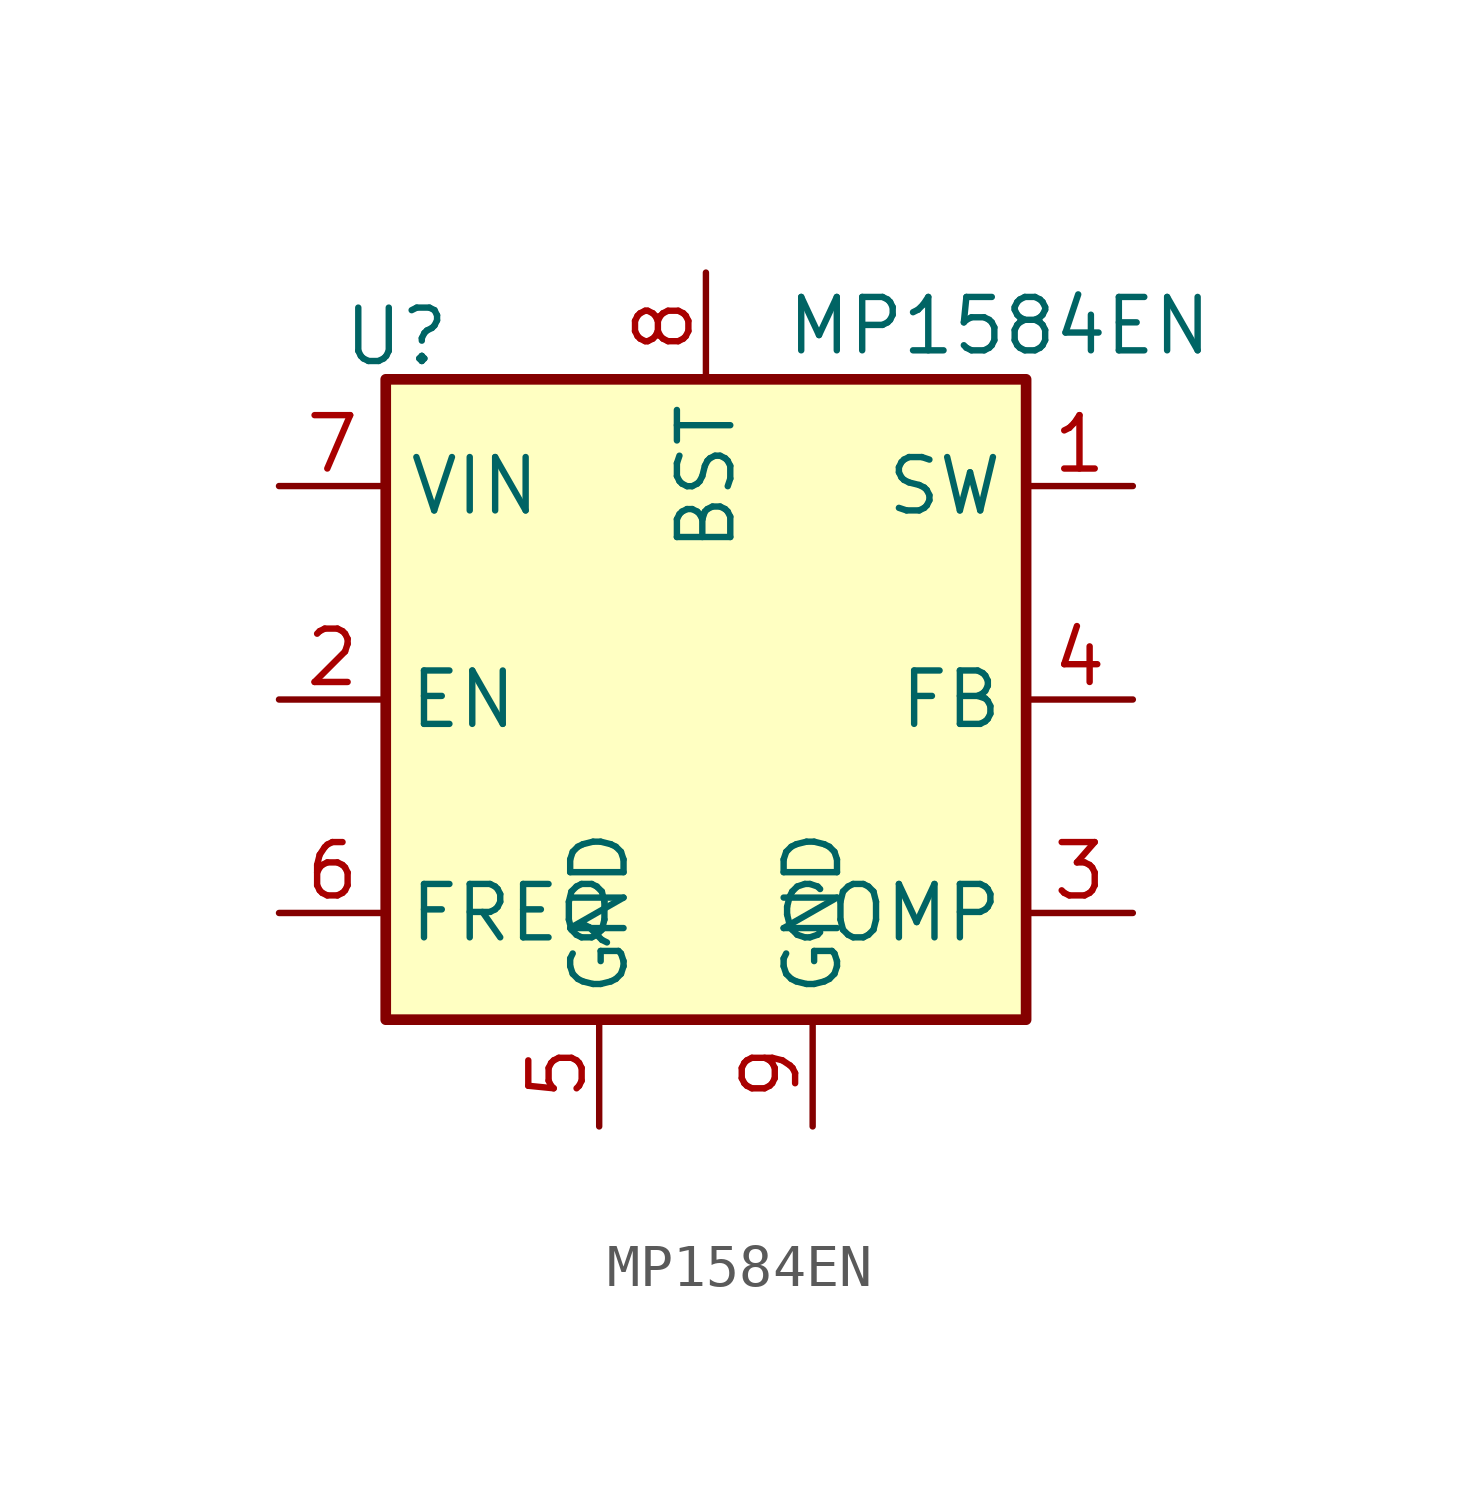
<source format=kicad_sym>
(kicad_symbol_lib
  (version 20211014)
  (generator kicad_symbol_editor)
  (symbol "MP1584EN"
    (property "Reference" "U"
      (at -7.366 8.636 0)
      (effects (font (size 1.27 1.27))))
    (property "Value" "MP1584EN"
      (at 6.985 8.89 0)
      (effects (font (size 1.27 1.27))))
    (symbol "MP1584EN_0_0"
      (pin power_in line (at 2.54 -10.16 90) (length 2.54) (name "GND" (effects (font (size 1.27 1.27)))) (number "9" (effects (font (size 1.27 1.27))))))
    (symbol "MP1584EN_0_1"
      (rectangle (start -7.62 7.62) (end 7.62 -7.62) (stroke (width 0.254) (type default) (color 0 0 0 0)) (fill (type background))))
    (symbol "MP1584EN_1_1"
      (pin power_out line (at 10.16 5.08 180) (length 2.54) (name "SW" (effects (font (size 1.27 1.27)))) (number "1" (effects (font (size 1.27 1.27)))))
      (pin input line (at -10.16 0 0) (length 2.54) (name "EN" (effects (font (size 1.27 1.27)))) (number "2" (effects (font (size 1.27 1.27)))))
      (pin input line (at 10.16 -5.08 180) (length 2.54) (name "COMP" (effects (font (size 1.27 1.27)))) (number "3" (effects (font (size 1.27 1.27)))))
      (pin input line (at 10.16 0 180) (length 2.54) (name "FB" (effects (font (size 1.27 1.27)))) (number "4" (effects (font (size 1.27 1.27)))))
      (pin power_in line (at -2.54 -10.16 90) (length 2.54) (name "GND" (effects (font (size 1.27 1.27)))) (number "5" (effects (font (size 1.27 1.27)))))
      (pin input line (at -10.16 -5.08 0) (length 2.54) (name "FREQ" (effects (font (size 1.27 1.27)))) (number "6" (effects (font (size 1.27 1.27)))))
      (pin power_in line (at -10.16 5.08 0) (length 2.54) (name "VIN" (effects (font (size 1.27 1.27)))) (number "7" (effects (font (size 1.27 1.27)))))
      (pin input line (at 0 10.16 270) (length 2.54) (name "BST" (effects (font (size 1.27 1.27)))) (number "8" (effects (font (size 1.27 1.27))))))))
</source>
